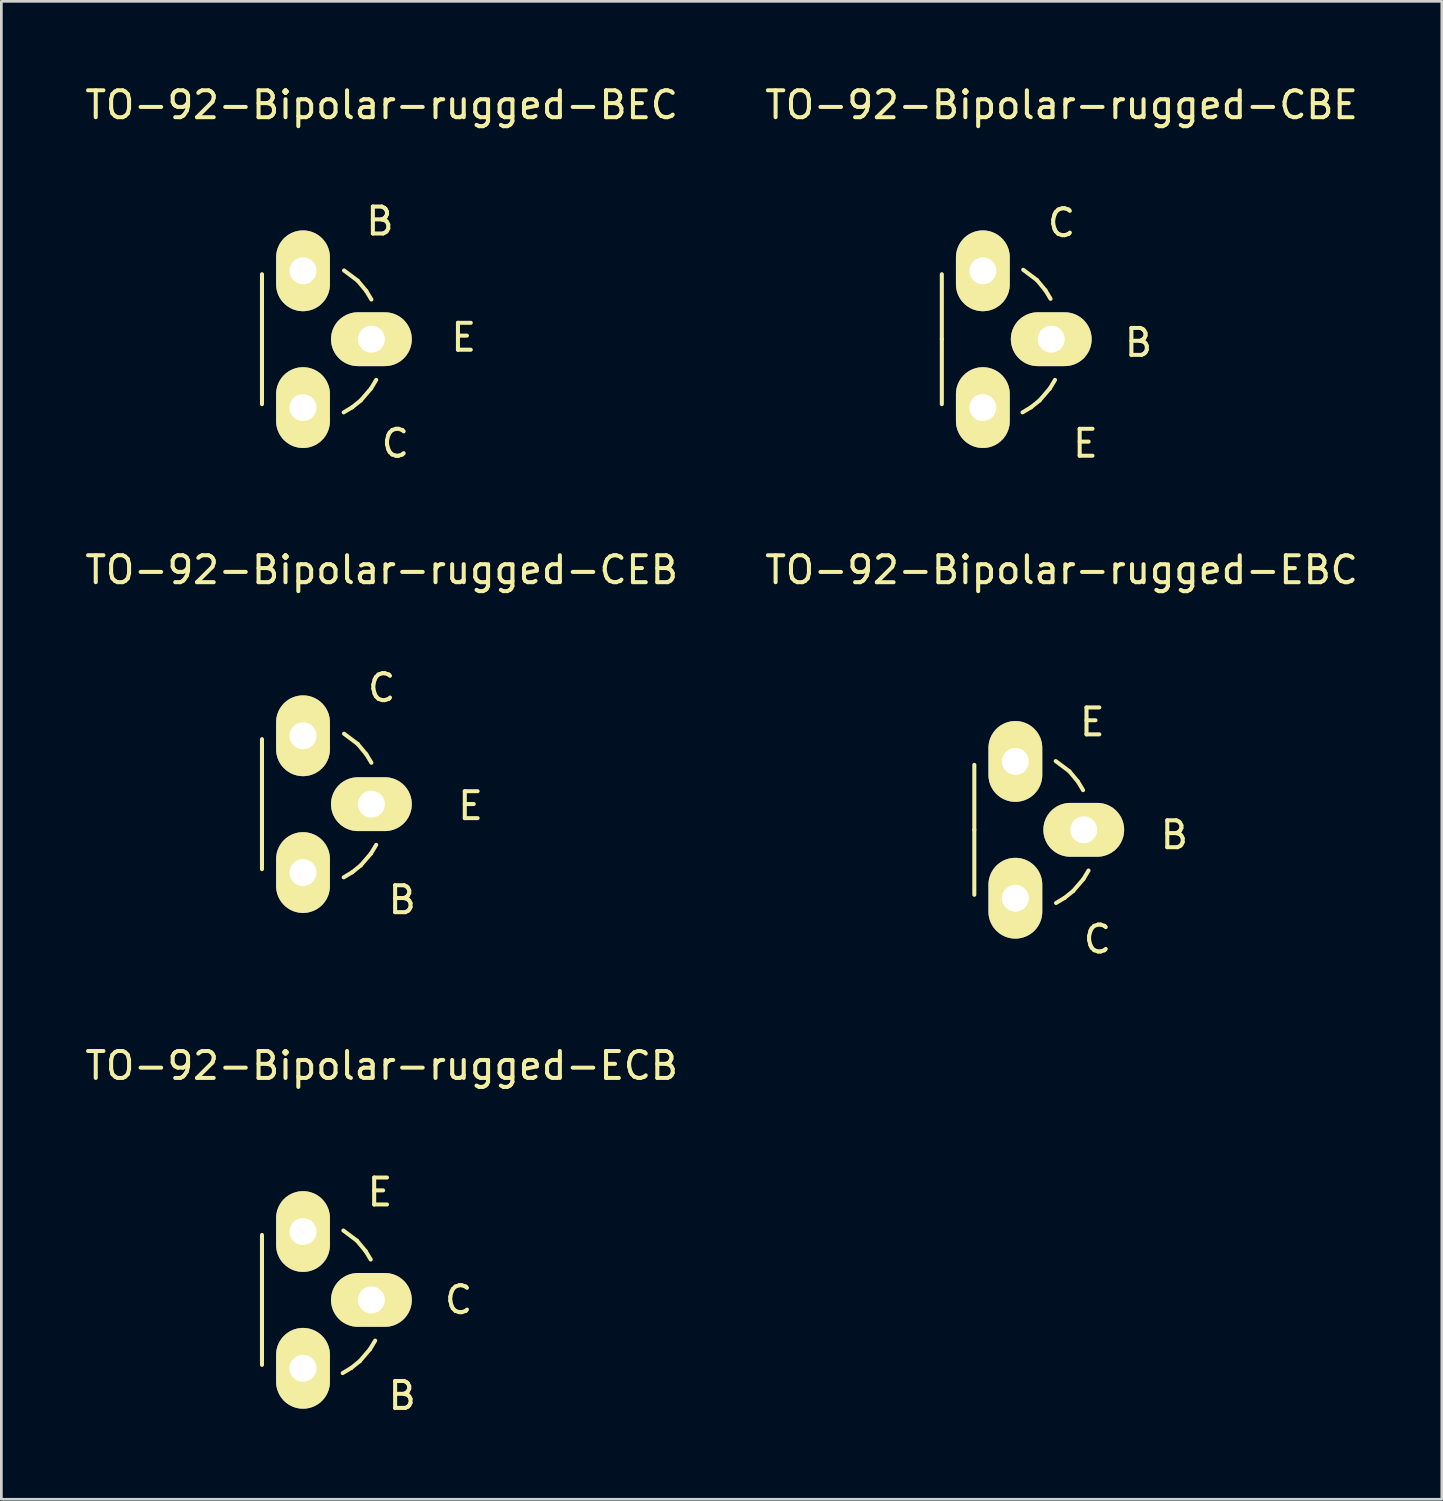
<source format=kicad_pcb>
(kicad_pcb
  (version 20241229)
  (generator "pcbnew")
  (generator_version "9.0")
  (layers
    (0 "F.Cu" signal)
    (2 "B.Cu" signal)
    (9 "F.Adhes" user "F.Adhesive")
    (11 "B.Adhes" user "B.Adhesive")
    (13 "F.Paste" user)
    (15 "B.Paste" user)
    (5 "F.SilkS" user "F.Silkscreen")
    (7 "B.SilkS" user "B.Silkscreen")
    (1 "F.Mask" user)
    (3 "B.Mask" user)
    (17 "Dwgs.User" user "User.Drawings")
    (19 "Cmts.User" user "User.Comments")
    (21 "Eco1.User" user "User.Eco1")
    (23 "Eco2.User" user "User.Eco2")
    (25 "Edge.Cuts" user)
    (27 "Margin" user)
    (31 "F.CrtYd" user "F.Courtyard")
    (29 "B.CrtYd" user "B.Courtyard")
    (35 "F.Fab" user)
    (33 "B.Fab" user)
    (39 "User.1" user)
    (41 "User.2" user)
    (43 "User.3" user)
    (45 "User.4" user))
  (footprint "TO-92-Bipolar-rugged-BEC"
    (layer "F.Cu")
    (at 8.204 9.548)
    (property "Reference" "TO-92-Bipolar-rugged-BEC" (at 2.921 -8.7 0) (layer "F.SilkS") (effects (font (size 1 1) (thickness 0.15))))
    (attr through_hole)
    (fp_line (start -1.524 0) (end -1.524 -2.413) (stroke (width 0.15) (type solid)) (layer "F.SilkS"))
    (fp_line (start -1.524 0) (end -1.524 2.413) (stroke (width 0.15) (type solid)) (layer "F.SilkS"))
    (fp_line (start 1.524 -2.553) (end 2.032 -2.172) (stroke (width 0.15) (type solid)) (layer "F.SilkS"))
    (fp_line (start 1.829 2.527) (end 1.511 2.718) (stroke (width 0.15) (type solid)) (layer "F.SilkS"))
    (fp_line (start 2.032 -2.172) (end 2.349 -1.791) (stroke (width 0.15) (type solid)) (layer "F.SilkS"))
    (fp_line (start 2.146 2.273) (end 1.829 2.527) (stroke (width 0.15) (type solid)) (layer "F.SilkS"))
    (fp_line (start 2.349 -1.791) (end 2.54 -1.473) (stroke (width 0.15) (type solid)) (layer "F.SilkS"))
    (fp_line (start 2.527 1.829) (end 2.146 2.273) (stroke (width 0.15) (type solid)) (layer "F.SilkS"))
    (fp_line (start 2.718 1.511) (end 2.527 1.829) (stroke (width 0.15) (type solid)) (layer "F.SilkS"))
    (fp_text user "B" (at 2.857 -4.381 0) (layer "F.SilkS") (effects (font (size 1 1) (thickness 0.15))))
    (fp_text user "C" (at 3.429 3.873 0) (layer "F.SilkS") (effects (font (size 1 1) (thickness 0.15))))
    (fp_text user "E" (at 5.969 -0.064 0) (layer "F.SilkS") (effects (font (size 1 1) (thickness 0.15))))
    (pad "B" thru_hole oval (at 0 -2.54) (size 1.999 3) (drill 1.001) (layers "*.Cu" "*.Mask" "F.SilkS"))
    (pad "C" thru_hole oval (at 0 2.54) (size 1.999 3) (drill 1.001) (layers "*.Cu" "*.Mask" "F.SilkS"))
    (pad "E" thru_hole oval (at 2.54 0) (size 3 1.999) (drill 1.001) (layers "*.Cu" "*.Mask" "F.SilkS")))
  (footprint "TO-92-Bipolar-rugged-CBE"
    (layer "F.Cu")
    (at 33.454 9.548)
    (property "Reference" "TO-92-Bipolar-rugged-CBE" (at 2.921 -8.7 0) (layer "F.SilkS") (effects (font (size 1 1) (thickness 0.15))))
    (attr through_hole)
    (fp_line (start -1.524 0) (end -1.524 -2.413) (stroke (width 0.15) (type solid)) (layer "F.SilkS"))
    (fp_line (start -1.524 0) (end -1.524 2.413) (stroke (width 0.15) (type solid)) (layer "F.SilkS"))
    (fp_line (start 1.499 -2.578) (end 2.007 -2.197) (stroke (width 0.15) (type solid)) (layer "F.SilkS"))
    (fp_line (start 1.791 2.527) (end 1.473 2.718) (stroke (width 0.15) (type solid)) (layer "F.SilkS"))
    (fp_line (start 2.007 -2.197) (end 2.324 -1.816) (stroke (width 0.15) (type solid)) (layer "F.SilkS"))
    (fp_line (start 2.108 2.273) (end 1.791 2.527) (stroke (width 0.15) (type solid)) (layer "F.SilkS"))
    (fp_line (start 2.324 -1.816) (end 2.515 -1.499) (stroke (width 0.15) (type solid)) (layer "F.SilkS"))
    (fp_line (start 2.489 1.829) (end 2.108 2.273) (stroke (width 0.15) (type solid)) (layer "F.SilkS"))
    (fp_line (start 2.68 1.511) (end 2.489 1.829) (stroke (width 0.15) (type solid)) (layer "F.SilkS"))
    (fp_text user "C" (at 2.921 -4.318 0) (layer "F.SilkS") (effects (font (size 1 1) (thickness 0.15))))
    (fp_text user "E" (at 3.81 3.873 0) (layer "F.SilkS") (effects (font (size 1 1) (thickness 0.15))))
    (fp_text user "B" (at 5.779 0.127 0) (layer "F.SilkS") (effects (font (size 1 1) (thickness 0.15))))
    (pad "B" thru_hole oval (at 2.54 0) (size 3 1.999) (drill 1.001) (layers "*.Cu" "*.Mask" "F.SilkS"))
    (pad "C" thru_hole oval (at 0 -2.54) (size 1.999 3) (drill 1.001) (layers "*.Cu" "*.Mask" "F.SilkS"))
    (pad "E" thru_hole oval (at 0 2.54) (size 1.999 3) (drill 1.001) (layers "*.Cu" "*.Mask" "F.SilkS")))
  (footprint "TO-92-Bipolar-rugged-ECB"
    (layer "F.Cu")
    (at 8.204 45.23)
    (property "Reference" "TO-92-Bipolar-rugged-ECB" (at 2.921 -8.7 0) (layer "F.SilkS") (effects (font (size 1 1) (thickness 0.15))))
    (attr through_hole)
    (fp_line (start -1.524 0) (end -1.524 -2.413) (stroke (width 0.15) (type solid)) (layer "F.SilkS"))
    (fp_line (start -1.524 0) (end -1.524 2.413) (stroke (width 0.15) (type solid)) (layer "F.SilkS"))
    (fp_line (start 1.499 -2.578) (end 2.007 -2.197) (stroke (width 0.15) (type solid)) (layer "F.SilkS"))
    (fp_line (start 1.791 2.527) (end 1.473 2.718) (stroke (width 0.15) (type solid)) (layer "F.SilkS"))
    (fp_line (start 2.007 -2.197) (end 2.324 -1.816) (stroke (width 0.15) (type solid)) (layer "F.SilkS"))
    (fp_line (start 2.108 2.273) (end 1.791 2.527) (stroke (width 0.15) (type solid)) (layer "F.SilkS"))
    (fp_line (start 2.324 -1.816) (end 2.515 -1.499) (stroke (width 0.15) (type solid)) (layer "F.SilkS"))
    (fp_line (start 2.489 1.829) (end 2.108 2.273) (stroke (width 0.15) (type solid)) (layer "F.SilkS"))
    (fp_line (start 2.68 1.511) (end 2.489 1.829) (stroke (width 0.15) (type solid)) (layer "F.SilkS"))
    (fp_text user "B" (at 3.683 3.556 0) (layer "F.SilkS") (effects (font (size 1 1) (thickness 0.15))))
    (fp_text user "E" (at 2.857 -4 0) (layer "F.SilkS") (effects (font (size 1 1) (thickness 0.15))))
    (fp_text user "C" (at 5.779 0 0) (layer "F.SilkS") (effects (font (size 1 1) (thickness 0.15))))
    (pad "B" thru_hole oval (at 0 2.54) (size 1.999 3) (drill 1.001) (layers "*.Cu" "*.Mask" "F.SilkS"))
    (pad "C" thru_hole oval (at 2.54 0) (size 3 1.999) (drill 1.001) (layers "*.Cu" "*.Mask" "F.SilkS"))
    (pad "E" thru_hole oval (at 0 -2.54) (size 1.999 3) (drill 1.001) (layers "*.Cu" "*.Mask" "F.SilkS")))
  (footprint "TO-92-Bipolar-rugged-CEB"
    (layer "F.Cu")
    (at 8.204 26.817)
    (property "Reference" "TO-92-Bipolar-rugged-CEB" (at 2.921 -8.7 0) (layer "F.SilkS") (effects (font (size 1 1) (thickness 0.15))))
    (attr through_hole)
    (fp_line (start -1.524 0) (end -1.524 -2.413) (stroke (width 0.15) (type solid)) (layer "F.SilkS"))
    (fp_line (start -1.524 0) (end -1.524 2.413) (stroke (width 0.15) (type solid)) (layer "F.SilkS"))
    (fp_line (start 1.524 -2.616) (end 2.032 -2.235) (stroke (width 0.15) (type solid)) (layer "F.SilkS"))
    (fp_line (start 1.829 2.527) (end 1.511 2.718) (stroke (width 0.15) (type solid)) (layer "F.SilkS"))
    (fp_line (start 2.032 -2.235) (end 2.349 -1.854) (stroke (width 0.15) (type solid)) (layer "F.SilkS"))
    (fp_line (start 2.146 2.273) (end 1.829 2.527) (stroke (width 0.15) (type solid)) (layer "F.SilkS"))
    (fp_line (start 2.349 -1.854) (end 2.54 -1.537) (stroke (width 0.15) (type solid)) (layer "F.SilkS"))
    (fp_line (start 2.527 1.829) (end 2.146 2.273) (stroke (width 0.15) (type solid)) (layer "F.SilkS"))
    (fp_line (start 2.718 1.511) (end 2.527 1.829) (stroke (width 0.15) (type solid)) (layer "F.SilkS"))
    (fp_text user "E" (at 6.223 0.064 0) (layer "F.SilkS") (effects (font (size 1 1) (thickness 0.15))))
    (fp_text user "C" (at 2.921 -4.318 0) (layer "F.SilkS") (effects (font (size 1 1) (thickness 0.15))))
    (fp_text user "B" (at 3.683 3.556 0) (layer "F.SilkS") (effects (font (size 1 1) (thickness 0.15))))
    (pad "B" thru_hole oval (at 0 2.54) (size 1.999 3) (drill 1.001) (layers "*.Cu" "*.Mask" "F.SilkS"))
    (pad "C" thru_hole oval (at 0 -2.54) (size 1.999 3) (drill 1.001) (layers "*.Cu" "*.Mask" "F.SilkS"))
    (pad "E" thru_hole oval (at 2.54 0) (size 3 1.999) (drill 1.001) (layers "*.Cu" "*.Mask" "F.SilkS")))
  (footprint "TO-92-Bipolar-rugged-EBC"
    (layer "F.Cu")
    (at 34.661 27.77)
    (property "Reference" "TO-92-Bipolar-rugged-EBC" (at 1.714 -9.652 0) (layer "F.SilkS") (effects (font (size 1 1) (thickness 0.15))))
    (attr through_hole)
    (fp_line (start -1.524 0) (end -1.524 -2.413) (stroke (width 0.15) (type solid)) (layer "F.SilkS"))
    (fp_line (start -1.524 0) (end -1.524 2.413) (stroke (width 0.15) (type solid)) (layer "F.SilkS"))
    (fp_line (start 1.499 -2.553) (end 2.007 -2.172) (stroke (width 0.15) (type solid)) (layer "F.SilkS"))
    (fp_line (start 1.829 2.527) (end 1.511 2.718) (stroke (width 0.15) (type solid)) (layer "F.SilkS"))
    (fp_line (start 2.007 -2.172) (end 2.324 -1.791) (stroke (width 0.15) (type solid)) (layer "F.SilkS"))
    (fp_line (start 2.146 2.273) (end 1.829 2.527) (stroke (width 0.15) (type solid)) (layer "F.SilkS"))
    (fp_line (start 2.324 -1.791) (end 2.515 -1.473) (stroke (width 0.15) (type solid)) (layer "F.SilkS"))
    (fp_line (start 2.527 1.829) (end 2.146 2.273) (stroke (width 0.15) (type solid)) (layer "F.SilkS"))
    (fp_line (start 2.718 1.511) (end 2.527 1.829) (stroke (width 0.15) (type solid)) (layer "F.SilkS"))
    (fp_text user "C" (at 3.048 4.064 0) (layer "F.SilkS") (effects (font (size 1 1) (thickness 0.15))))
    (fp_text user "E" (at 2.857 -4 0) (layer "F.SilkS") (effects (font (size 1 1) (thickness 0.15))))
    (fp_text user "B" (at 5.905 0.191 0) (layer "F.SilkS") (effects (font (size 1 1) (thickness 0.15))))
    (pad "B" thru_hole oval (at 2.54 0) (size 3 1.999) (drill 1.001) (layers "*.Cu" "*.Mask" "F.SilkS"))
    (pad "C" thru_hole oval (at 0 2.54) (size 1.999 3) (drill 1.001) (layers "*.Cu" "*.Mask" "F.SilkS"))
    (pad "E" thru_hole oval (at 0 -2.54) (size 1.999 3) (drill 1.001) (layers "*.Cu" "*.Mask" "F.SilkS")))
  (gr_rect
    (start -3 -3)
    (end 50.5 52.634)
    (stroke (width 0.1) (type default))
    (fill no)
    (layer "Edge.Cuts")))
</source>
